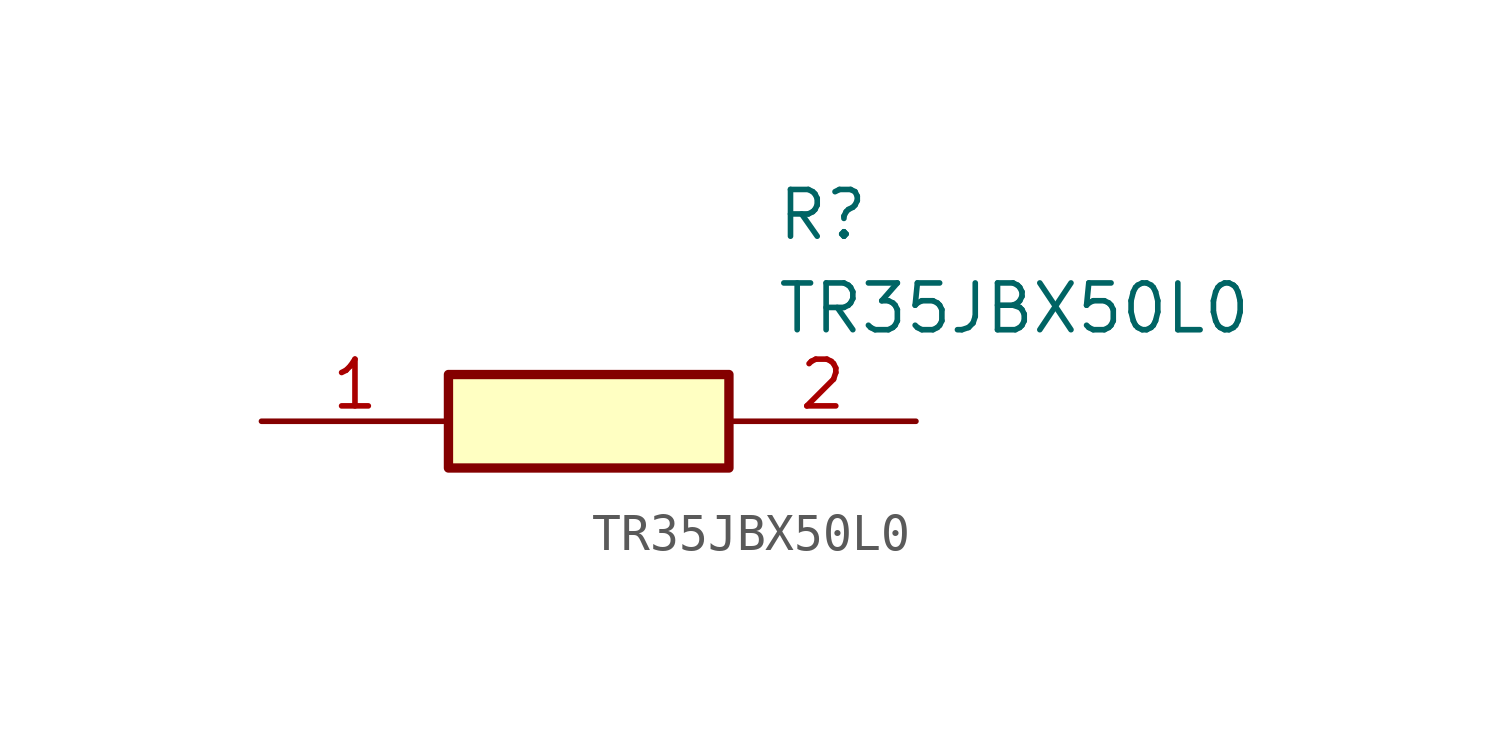
<source format=kicad_sym>
(kicad_symbol_lib
  (version 20211014)
  (generator SamacSys_ECAD_Model)
  (symbol "TR35JBX50L0"
    (pin_names hide)
    (property "Reference" "R"
      (at 13.97 6.35 0)
      (effects (font (size 1.27 1.27)) (justify left top)))
    (property "Value" "TR35JBX50L0"
      (at 13.97 3.81 0)
      (effects (font (size 1.27 1.27)) (justify left top)))
    (rectangle
      (start 5.08 1.27)
      (end 12.7 -1.27)
      (stroke (width 0.254) (type default))
      (fill (type background)))
    (pin passive line
      (at 0 0 0)
      (length 5.08)
      (name "1" (effects (font (size 1.27 1.27))))
      (number "1" (effects (font (size 1.27 1.27)))))
    (pin passive line
      (at 17.78 0 180)
      (length 5.08)
      (name "2" (effects (font (size 1.27 1.27))))
      (number "2" (effects (font (size 1.27 1.27)))))))
</source>
